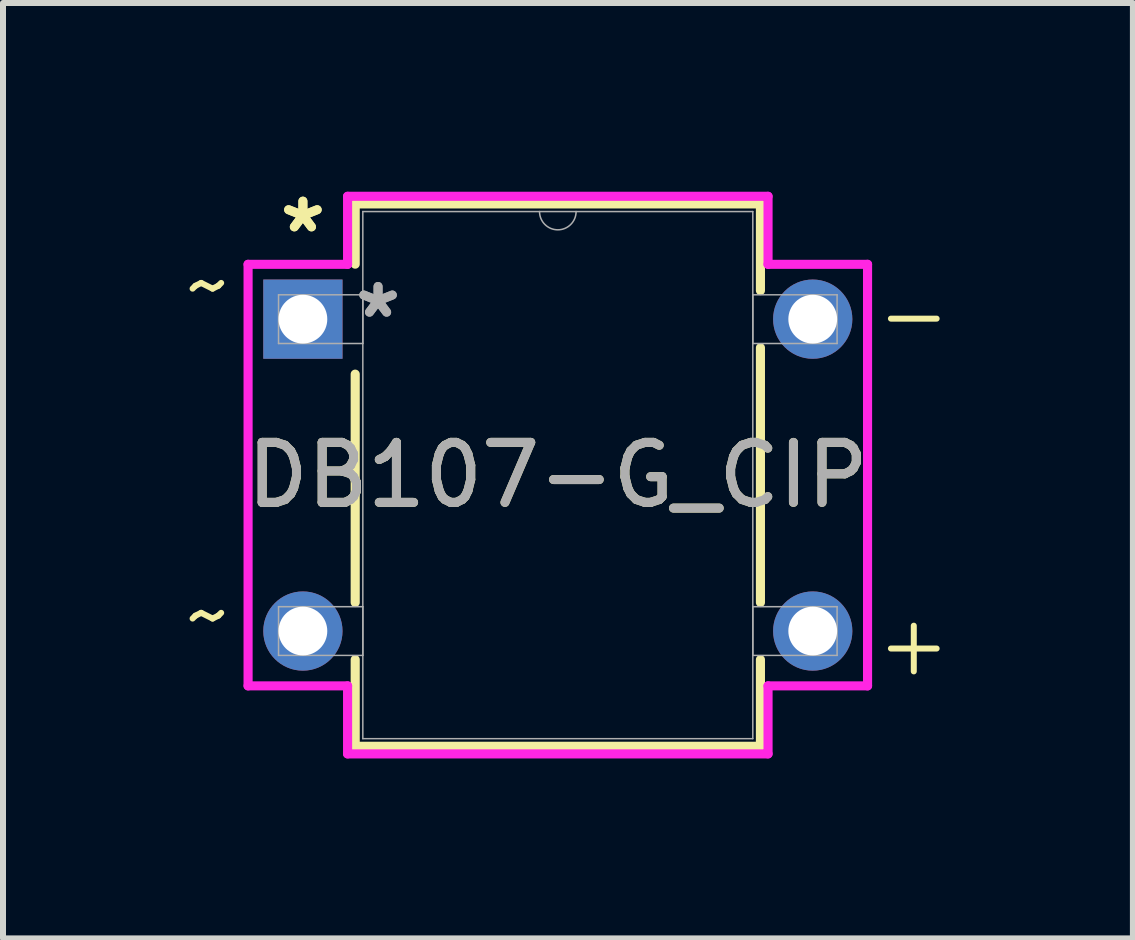
<source format=kicad_pcb>
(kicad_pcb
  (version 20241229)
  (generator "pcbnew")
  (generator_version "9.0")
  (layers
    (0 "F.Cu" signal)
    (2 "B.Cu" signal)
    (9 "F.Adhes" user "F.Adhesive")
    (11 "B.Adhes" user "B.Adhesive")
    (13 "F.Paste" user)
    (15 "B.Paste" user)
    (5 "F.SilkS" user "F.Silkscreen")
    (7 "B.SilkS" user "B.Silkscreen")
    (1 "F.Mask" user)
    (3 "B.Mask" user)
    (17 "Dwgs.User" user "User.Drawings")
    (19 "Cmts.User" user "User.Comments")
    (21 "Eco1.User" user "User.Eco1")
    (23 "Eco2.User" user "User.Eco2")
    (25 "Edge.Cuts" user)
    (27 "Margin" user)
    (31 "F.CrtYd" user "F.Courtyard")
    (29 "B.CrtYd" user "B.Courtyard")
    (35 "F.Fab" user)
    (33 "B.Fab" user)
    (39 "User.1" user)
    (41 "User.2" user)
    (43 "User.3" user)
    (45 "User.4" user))
  (footprint "DB107-G_CIP"
    (layer "F.Cu")
    (at 2 2.271)
    (property "Reference" "DB107-G_CIP" (at 4.25 2.6 0) (unlocked yes) (layer "F.SilkS") (effects (font (size 1 1) (thickness 0.15))))
    (attr through_hole)
    (fp_line (start 0.872 -1.921) (end 0.872 -0.917) (stroke (width 0.152) (type solid)) (layer "F.SilkS"))
    (fp_line (start 0.872 0.917) (end 0.872 4.724) (stroke (width 0.152) (type solid)) (layer "F.SilkS"))
    (fp_line (start 0.872 5.676) (end 0.872 7.121) (stroke (width 0.152) (type solid)) (layer "F.SilkS"))
    (fp_line (start 0.872 7.121) (end 7.628 7.121) (stroke (width 0.152) (type solid)) (layer "F.SilkS"))
    (fp_line (start 7.628 -1.921) (end 0.872 -1.921) (stroke (width 0.152) (type solid)) (layer "F.SilkS"))
    (fp_line (start 7.628 -0.476) (end 7.628 -1.921) (stroke (width 0.152) (type solid)) (layer "F.SilkS"))
    (fp_line (start 7.628 4.724) (end 7.628 0.476) (stroke (width 0.152) (type solid)) (layer "F.SilkS"))
    (fp_line (start 7.628 7.121) (end 7.628 5.676) (stroke (width 0.152) (type solid)) (layer "F.SilkS"))
    (fp_line (start -0.914 -0.914) (end 0.745 -0.914) (stroke (width 0.152) (type solid)) (layer "F.CrtYd"))
    (fp_line (start -0.914 6.114) (end -0.914 -0.914) (stroke (width 0.152) (type solid)) (layer "F.CrtYd"))
    (fp_line (start 0.745 -2.048) (end 7.755 -2.048) (stroke (width 0.152) (type solid)) (layer "F.CrtYd"))
    (fp_line (start 0.745 -0.914) (end 0.745 -2.048) (stroke (width 0.152) (type solid)) (layer "F.CrtYd"))
    (fp_line (start 0.745 6.114) (end -0.914 6.114) (stroke (width 0.152) (type solid)) (layer "F.CrtYd"))
    (fp_line (start 0.745 7.248) (end 0.745 6.114) (stroke (width 0.152) (type solid)) (layer "F.CrtYd"))
    (fp_line (start 7.755 -2.048) (end 7.755 -0.914) (stroke (width 0.152) (type solid)) (layer "F.CrtYd"))
    (fp_line (start 7.755 6.114) (end 7.755 7.248) (stroke (width 0.152) (type solid)) (layer "F.CrtYd"))
    (fp_line (start 7.755 7.248) (end 0.745 7.248) (stroke (width 0.152) (type solid)) (layer "F.CrtYd"))
    (fp_line (start 9.414 -0.914) (end 7.755 -0.914) (stroke (width 0.152) (type solid)) (layer "F.CrtYd"))
    (fp_line (start 9.414 -0.914) (end 9.414 6.114) (stroke (width 0.152) (type solid)) (layer "F.CrtYd"))
    (fp_line (start 9.414 6.114) (end 7.755 6.114) (stroke (width 0.152) (type solid)) (layer "F.CrtYd"))
    (fp_line (start -0.406 -0.406) (end -0.406 0.406) (stroke (width 0.025) (type solid)) (layer "F.Fab"))
    (fp_line (start -0.406 0.406) (end 0.999 0.406) (stroke (width 0.025) (type solid)) (layer "F.Fab"))
    (fp_line (start -0.406 4.794) (end -0.406 5.606) (stroke (width 0.025) (type solid)) (layer "F.Fab"))
    (fp_line (start -0.406 5.606) (end 0.999 5.606) (stroke (width 0.025) (type solid)) (layer "F.Fab"))
    (fp_line (start 0.999 -1.794) (end 0.999 6.994) (stroke (width 0.025) (type solid)) (layer "F.Fab"))
    (fp_line (start 0.999 -0.406) (end -0.406 -0.406) (stroke (width 0.025) (type solid)) (layer "F.Fab"))
    (fp_line (start 0.999 0.406) (end 0.999 -0.406) (stroke (width 0.025) (type solid)) (layer "F.Fab"))
    (fp_line (start 0.999 4.794) (end -0.406 4.794) (stroke (width 0.025) (type solid)) (layer "F.Fab"))
    (fp_line (start 0.999 5.606) (end 0.999 4.794) (stroke (width 0.025) (type solid)) (layer "F.Fab"))
    (fp_line (start 0.999 6.994) (end 7.501 6.994) (stroke (width 0.025) (type solid)) (layer "F.Fab"))
    (fp_line (start 7.501 -1.794) (end 0.999 -1.794) (stroke (width 0.025) (type solid)) (layer "F.Fab"))
    (fp_line (start 7.501 -0.406) (end 7.501 0.406) (stroke (width 0.025) (type solid)) (layer "F.Fab"))
    (fp_line (start 7.501 0.406) (end 8.906 0.406) (stroke (width 0.025) (type solid)) (layer "F.Fab"))
    (fp_line (start 7.501 4.794) (end 7.501 5.606) (stroke (width 0.025) (type solid)) (layer "F.Fab"))
    (fp_line (start 7.501 5.606) (end 8.906 5.606) (stroke (width 0.025) (type solid)) (layer "F.Fab"))
    (fp_line (start 7.501 6.994) (end 7.501 -1.794) (stroke (width 0.025) (type solid)) (layer "F.Fab"))
    (fp_line (start 8.906 -0.406) (end 7.501 -0.406) (stroke (width 0.025) (type solid)) (layer "F.Fab"))
    (fp_line (start 8.906 0.406) (end 8.906 -0.406) (stroke (width 0.025) (type solid)) (layer "F.Fab"))
    (fp_line (start 8.906 4.794) (end 7.501 4.794) (stroke (width 0.025) (type solid)) (layer "F.Fab"))
    (fp_line (start 8.906 5.606) (end 8.906 4.794) (stroke (width 0.025) (type solid)) (layer "F.Fab"))
    (fp_arc (start 4.5548 -1.7942) (mid 4.25 -1.4894) (end 3.9452 -1.7942) (stroke (width 0.0254) (type solid)) (layer "F.Fab"))
    (fp_text user "*" (at 0 -1.422 0) (layer "F.SilkS") (effects (font (size 1 1) (thickness 0.15))))
    (fp_text user "+" (at 9.5 6 0) (unlocked yes) (layer "F.SilkS") (effects (font (size 1 1) (thickness 0.1)) (justify left bottom)))
    (fp_text user "~" (at -2 5.5 0) (unlocked yes) (layer "F.SilkS") (effects (font (size 1 1) (thickness 0.1)) (justify left bottom)))
    (fp_text user "*" (at 0 -1.422 0) (unlocked yes) (layer "F.SilkS") (effects (font (size 1 1) (thickness 0.15))))
    (fp_text user "-" (at 9.5 0.5 0) (unlocked yes) (layer "F.SilkS") (effects (font (size 1 1) (thickness 0.1)) (justify left bottom)))
    (fp_text user "~" (at -2 0 0) (unlocked yes) (layer "F.SilkS") (effects (font (size 1 1) (thickness 0.1)) (justify left bottom)))
    (fp_text user "*" (at 1.253 0 0) (unlocked yes) (layer "F.Fab") (effects (font (size 1 1) (thickness 0.15))))
    (fp_text user "${REFERENCE}" (at 4.25 2.6 0) (unlocked yes) (layer "F.Fab") (effects (font (size 1 1) (thickness 0.15))))
    (fp_text user "*" (at 1.253 0 0) (layer "F.Fab") (effects (font (size 1 1) (thickness 0.15))))
    (pad "1" thru_hole rect (at 0 0) (size 1.321 1.321) (drill 0.813) (layers "*.Cu" "*.Mask"))
    (pad "2" thru_hole circle (at 0 5.2) (size 1.321 1.321) (drill 0.813) (layers "*.Cu" "*.Mask"))
    (pad "3" thru_hole circle (at 8.5 5.2) (size 1.321 1.321) (drill 0.813) (layers "*.Cu" "*.Mask"))
    (pad "4" thru_hole circle (at 8.5 0) (size 1.321 1.321) (drill 0.813) (layers "*.Cu" "*.Mask")))
  (gr_rect
    (start -3 -3)
    (end 15.838 12.595)
    (stroke (width 0.1) (type default))
    (fill no)
    (layer "Edge.Cuts")))
</source>
